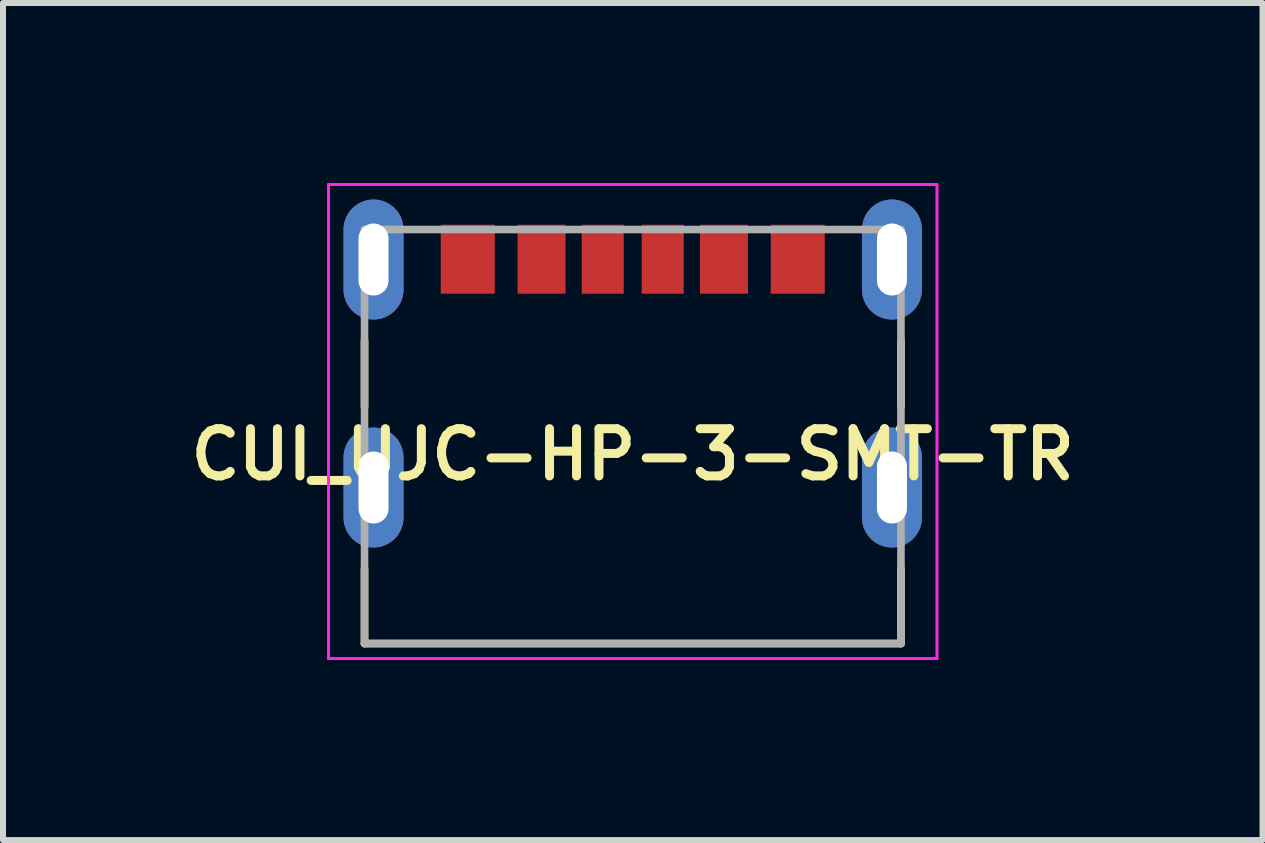
<source format=kicad_pcb>
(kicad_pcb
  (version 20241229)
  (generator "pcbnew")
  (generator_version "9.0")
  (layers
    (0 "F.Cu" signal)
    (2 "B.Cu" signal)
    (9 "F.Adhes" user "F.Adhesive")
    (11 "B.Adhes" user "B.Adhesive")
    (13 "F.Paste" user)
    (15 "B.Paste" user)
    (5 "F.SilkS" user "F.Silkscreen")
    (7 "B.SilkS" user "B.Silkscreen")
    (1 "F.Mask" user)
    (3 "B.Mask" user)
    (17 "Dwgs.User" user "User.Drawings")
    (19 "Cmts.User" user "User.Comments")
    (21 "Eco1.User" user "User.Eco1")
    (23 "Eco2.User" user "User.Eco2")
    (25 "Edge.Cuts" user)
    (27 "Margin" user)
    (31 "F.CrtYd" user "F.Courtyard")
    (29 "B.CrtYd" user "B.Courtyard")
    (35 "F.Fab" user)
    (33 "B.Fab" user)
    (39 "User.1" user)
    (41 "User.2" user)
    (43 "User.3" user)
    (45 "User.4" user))
  (footprint "CUI_UJC-HP-3-SMT-TR"
    (layer "F.Cu")
    (at 7.495 1.275)
    (property "Reference" "CUI_UJC-HP-3-SMT-TR" (at 0 3.25 0) (layer "F.SilkS") (effects (font (size 0.787 0.787) (thickness 0.15))))
    (attr through_hole)
    (fp_line (start -4.47 2.45) (end -4.47 1.35) (stroke (width 0.127) (type solid)) (layer "F.SilkS"))
    (fp_line (start -4.47 6.4) (end -4.47 5.15) (stroke (width 0.127) (type solid)) (layer "F.SilkS"))
    (fp_line (start -4.47 6.4) (end 4.47 6.4) (stroke (width 0.127) (type solid)) (layer "F.SilkS"))
    (fp_line (start 4.47 2.45) (end 4.47 1.35) (stroke (width 0.127) (type solid)) (layer "F.SilkS"))
    (fp_line (start 4.47 6.4) (end 4.47 5.15) (stroke (width 0.127) (type solid)) (layer "F.SilkS"))
    (fp_line (start -5.07 -1.25) (end -5.07 6.65) (stroke (width 0.05) (type solid)) (layer "F.CrtYd"))
    (fp_line (start -5.07 6.65) (end 5.07 6.65) (stroke (width 0.05) (type solid)) (layer "F.CrtYd"))
    (fp_line (start 5.07 -1.25) (end -5.07 -1.25) (stroke (width 0.05) (type solid)) (layer "F.CrtYd"))
    (fp_line (start 5.07 6.65) (end 5.07 -1.25) (stroke (width 0.05) (type solid)) (layer "F.CrtYd"))
    (fp_line (start -4.47 -0.5) (end -4.47 6.4) (stroke (width 0.127) (type solid)) (layer "F.Fab"))
    (fp_line (start -4.47 6.4) (end 4.47 6.4) (stroke (width 0.127) (type solid)) (layer "F.Fab"))
    (fp_line (start 4.47 -0.5) (end -4.47 -0.5) (stroke (width 0.127) (type solid)) (layer "F.Fab"))
    (fp_line (start 4.47 6.4) (end 4.47 -0.5) (stroke (width 0.127) (type solid)) (layer "F.Fab"))
    (pad "A5" smd rect (at -0.5 -0.005) (size 0.7 1.15) (layers "F.Cu" "F.Mask" "F.Paste"))
    (pad "A9" smd rect (at 1.52 -0.005) (size 0.8 1.15) (layers "F.Cu" "F.Mask" "F.Paste"))
    (pad "A12" smd rect (at 2.75 -0.005) (size 0.9 1.15) (layers "F.Cu" "F.Mask" "F.Paste"))
    (pad "B5" smd rect (at 0.5 -0.005) (size 0.7 1.15) (layers "F.Cu" "F.Mask" "F.Paste"))
    (pad "B9" smd rect (at -1.52 -0.005) (size 0.8 1.15) (layers "F.Cu" "F.Mask" "F.Paste"))
    (pad "B12" smd rect (at -2.75 -0.005) (size 0.9 1.15) (layers "F.Cu" "F.Mask" "F.Paste"))
    (pad "S1" thru_hole oval (at -4.32 0) (size 1 2) (drill oval 0.5 1.2) (layers "*.Cu" "*.Mask"))
    (pad "S2" thru_hole oval (at 4.32 0) (size 1 2) (drill oval 0.5 1.2) (layers "*.Cu" "*.Mask"))
    (pad "S3" thru_hole oval (at -4.32 3.8) (size 1 2) (drill oval 0.5 1.2) (layers "*.Cu" "*.Mask"))
    (pad "S4" thru_hole oval (at 4.32 3.8) (size 1 2) (drill oval 0.5 1.2) (layers "*.Cu" "*.Mask")))
  (gr_rect
    (start -3 -3)
    (end 17.991 10.95)
    (stroke (width 0.1) (type default))
    (fill no)
    (layer "Edge.Cuts")))
</source>
